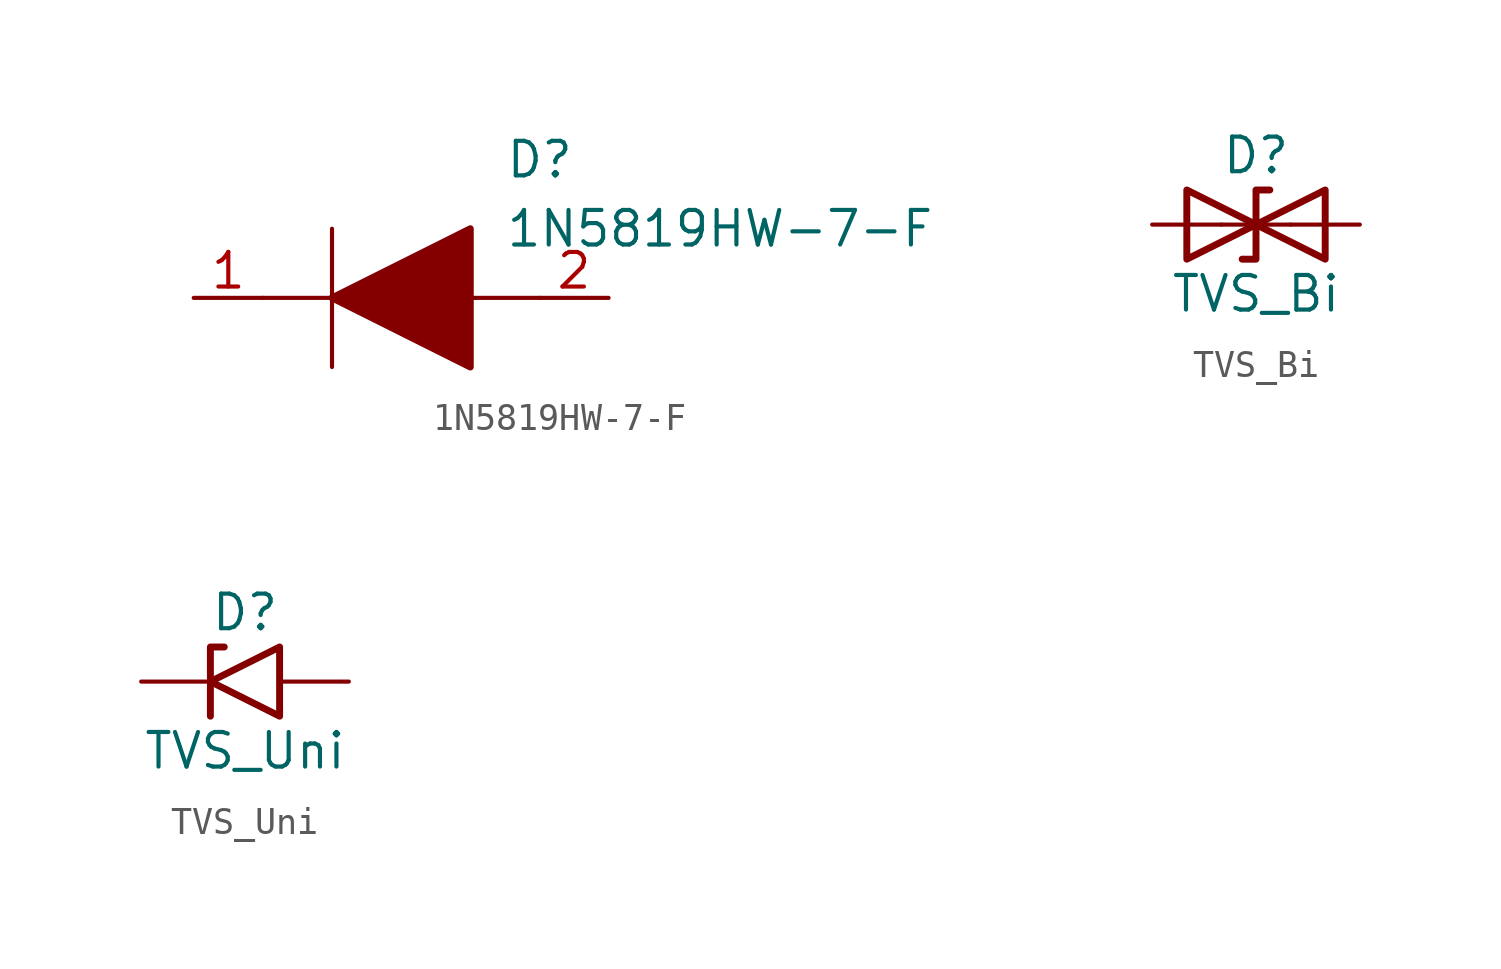
<source format=kicad_sym>
(kicad_symbol_lib
  (version 20241209)
  (generator "kicad_symbol_editor")
  (generator_version "9.0")
  (symbol "1N5819HW-7-F"
    (pin_names
      (offset 0.762))
    (property "Reference" "D"
      (at 11.43 5.08 0)
      (effects (font (size 1.27 1.27)) (justify left)))
    (property "Value" "1N5819HW-7-F"
      (at 11.43 2.54 0)
      (effects (font (size 1.27 1.27)) (justify left)))
    (symbol "1N5819HW-7-F_0_0"
      (pin passive line (at 0 0 0) (length 2.54) (name "~" (effects (font (size 1.27 1.27)))) (number "1" (effects (font (size 1.27 1.27)))))
      (pin passive line (at 15.24 0 180) (length 2.54) (name "~" (effects (font (size 1.27 1.27)))) (number "2" (effects (font (size 1.27 1.27))))))
    (symbol "1N5819HW-7-F_0_1"
      (polyline (pts (xy 2.54 0) (xy 5.08 0)) (stroke (width 0.152) (type solid)) (fill (type none)))
      (polyline (pts (xy 5.08 2.54) (xy 5.08 -2.54)) (stroke (width 0.152) (type solid)) (fill (type none)))
      (polyline (pts (xy 5.08 0) (xy 10.16 2.54) (xy 10.16 -2.54) (xy 5.08 0)) (stroke (width 0.254) (type solid)) (fill (type outline)))
      (polyline (pts (xy 10.16 0) (xy 12.7 0)) (stroke (width 0.152) (type solid)) (fill (type none)))))
  (symbol "TVS_Bi"
    (pin_numbers
      (hide yes))
    (pin_names
      (offset 1.016)
      (hide yes))
    (property "Reference" "D"
      (at 0 2.54 0)
      (effects (font (size 1.27 1.27))))
    (property "Value" "TVS_Bi"
      (at 0 -2.54 0)
      (effects (font (size 1.27 1.27))))
    (symbol "TVS_Bi_0_1"
      (polyline (pts (xy -2.54 1.27) (xy -2.54 -1.27) (xy 2.54 1.27) (xy 2.54 -1.27) (xy -2.54 1.27)) (stroke (width 0.254) (type default)) (fill (type none)))
      (polyline (pts (xy 0.508 1.27) (xy 0 1.27) (xy 0 -1.27) (xy -0.508 -1.27)) (stroke (width 0.254) (type default)) (fill (type none)))
      (polyline (pts (xy 1.27 0) (xy -1.27 0)) (stroke (width 0) (type default)) (fill (type none))))
    (symbol "TVS_Bi_1_1"
      (pin passive line (at -3.81 0 0) (length 2.54) (name "A1" (effects (font (size 1.27 1.27)))) (number "1" (effects (font (size 1.27 1.27)))))
      (pin passive line (at 3.81 0 180) (length 2.54) (name "A2" (effects (font (size 1.27 1.27)))) (number "2" (effects (font (size 1.27 1.27)))))))
  (symbol "TVS_Uni"
    (pin_numbers
      (hide yes))
    (pin_names
      (offset 1.016)
      (hide yes))
    (property "Reference" "D"
      (at 0 2.54 0)
      (effects (font (size 1.27 1.27))))
    (property "Value" "TVS_Uni"
      (at 0 -2.54 0)
      (effects (font (size 1.27 1.27))))
    (symbol "TVS_Uni_0_1"
      (polyline (pts (xy -0.762 1.27) (xy -1.27 1.27) (xy -1.27 -1.27)) (stroke (width 0.254) (type default)) (fill (type none)))
      (polyline (pts (xy 1.27 1.27) (xy 1.27 -1.27) (xy -1.27 0) (xy 1.27 1.27)) (stroke (width 0.254) (type default)) (fill (type none))))
    (symbol "TVS_Uni_1_1"
      (pin passive line (at -3.81 0 0) (length 2.54) (name "A1" (effects (font (size 1.27 1.27)))) (number "1" (effects (font (size 1.27 1.27)))))
      (pin passive line (at 3.81 0 180) (length 2.54) (name "A2" (effects (font (size 1.27 1.27)))) (number "2" (effects (font (size 1.27 1.27))))))))
</source>
